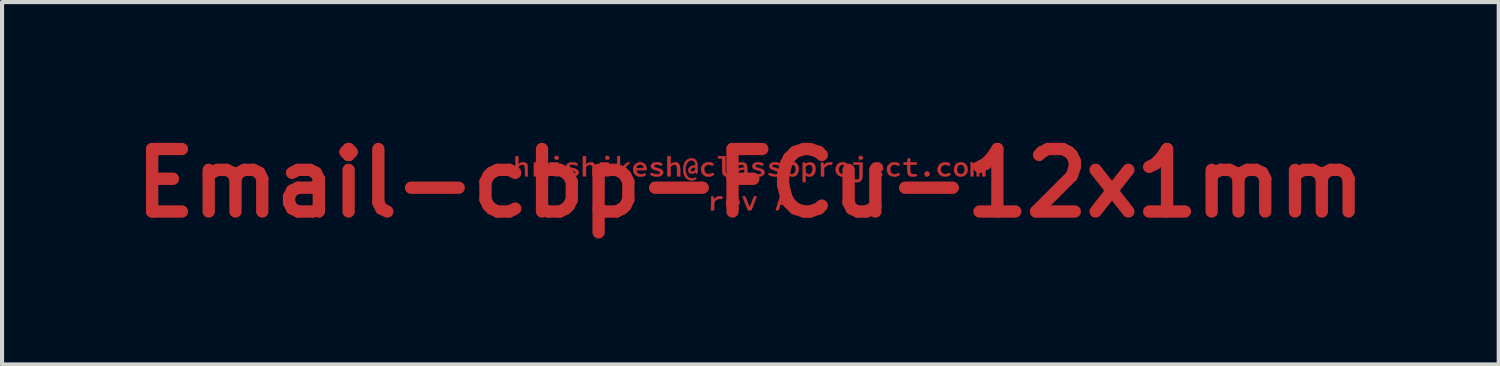
<source format=kicad_pcb>
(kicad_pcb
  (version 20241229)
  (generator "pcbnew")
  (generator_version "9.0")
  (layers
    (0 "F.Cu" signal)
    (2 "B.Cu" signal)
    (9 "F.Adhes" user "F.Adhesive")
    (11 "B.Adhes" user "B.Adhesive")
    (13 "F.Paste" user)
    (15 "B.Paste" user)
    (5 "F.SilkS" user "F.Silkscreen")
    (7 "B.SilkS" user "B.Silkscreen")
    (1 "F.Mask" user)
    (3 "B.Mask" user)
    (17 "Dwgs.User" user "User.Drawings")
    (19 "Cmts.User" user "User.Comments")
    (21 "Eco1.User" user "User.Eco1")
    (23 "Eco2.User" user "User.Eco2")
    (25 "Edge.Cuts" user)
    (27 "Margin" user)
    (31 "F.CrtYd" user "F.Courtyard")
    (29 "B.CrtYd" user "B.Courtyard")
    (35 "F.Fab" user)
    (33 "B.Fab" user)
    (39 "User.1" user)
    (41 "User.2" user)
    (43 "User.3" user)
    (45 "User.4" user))
  (footprint "Email-cbp-FCu-12x1mm"
    (layer "F.Cu")
    (at 15.247 1.418)
    (property "Reference" "Email-cbp-FCu-12x1mm" (at 0 0 0) (layer "F.Cu") (effects (font (size 1.524 1.524) (thickness 0.3))))
    (attr through_hole)
    (fp_poly (pts (xy -4.685 -0.169) (xy -4.75 -0.169) (xy -4.753 -0.308) (xy -4.755 -0.447) (xy -4.828 -0.45) (xy -4.901 -0.452) (xy -4.901 -0.508) (xy -4.685 -0.508) (xy -4.685 -0.169)) (stroke (width 0.01) (type solid)) (fill yes) (layer "F.Cu"))
    (fp_poly (pts (xy -3.558 -0.506) (xy -3.448 -0.503) (xy -3.445 -0.336) (xy -3.443 -0.169) (xy -3.518 -0.169) (xy -3.518 -0.452) (xy -3.669 -0.452) (xy -3.669 -0.509) (xy -3.558 -0.506)) (stroke (width 0.01) (type solid)) (fill yes) (layer "F.Cu"))
    (fp_poly (pts (xy -4.71 -0.666) (xy -4.688 -0.653) (xy -4.676 -0.631) (xy -4.675 -0.622) (xy -4.679 -0.599) (xy -4.687 -0.585) (xy -4.708 -0.575) (xy -4.735 -0.575) (xy -4.76 -0.585) (xy -4.764 -0.589) (xy -4.778 -0.613) (xy -4.773 -0.638) (xy -4.762 -0.652) (xy -4.736 -0.666) (xy -4.71 -0.666)) (stroke (width 0.01) (type solid)) (fill yes) (layer "F.Cu"))
    (fp_poly (pts (xy -3.472 -0.663) (xy -3.449 -0.646) (xy -3.444 -0.638) (xy -3.435 -0.619) (xy -3.438 -0.605) (xy -3.447 -0.593) (xy -3.47 -0.578) (xy -3.498 -0.574) (xy -3.522 -0.582) (xy -3.526 -0.585) (xy -3.535 -0.606) (xy -3.536 -0.632) (xy -3.527 -0.654) (xy -3.524 -0.658) (xy -3.5 -0.667) (xy -3.472 -0.663)) (stroke (width 0.01) (type solid)) (fill yes) (layer "F.Cu"))
    (fp_poly (pts (xy 2.708 -0.663) (xy 2.731 -0.646) (xy 2.737 -0.638) (xy 2.746 -0.619) (xy 2.743 -0.605) (xy 2.733 -0.593) (xy 2.71 -0.578) (xy 2.683 -0.574) (xy 2.659 -0.582) (xy 2.655 -0.585) (xy 2.645 -0.606) (xy 2.645 -0.632) (xy 2.653 -0.654) (xy 2.657 -0.658) (xy 2.681 -0.667) (xy 2.708 -0.663)) (stroke (width 0.01) (type solid)) (fill yes) (layer "F.Cu"))
    (fp_poly (pts (xy 4.345 -0.275) (xy 4.367 -0.247) (xy 4.371 -0.218) (xy 4.357 -0.189) (xy 4.352 -0.184) (xy 4.323 -0.164) (xy 4.294 -0.162) (xy 4.268 -0.179) (xy 4.262 -0.185) (xy 4.246 -0.215) (xy 4.247 -0.241) (xy 4.266 -0.269) (xy 4.266 -0.269) (xy 4.294 -0.288) (xy 4.321 -0.289) (xy 4.345 -0.275)) (stroke (width 0.01) (type solid)) (fill yes) (layer "F.Cu"))
    (fp_poly (pts (xy -3.18 -0.334) (xy -3.093 -0.421) (xy -3.056 -0.457) (xy -3.03 -0.481) (xy -3.01 -0.496) (xy -2.995 -0.504) (xy -2.98 -0.508) (xy -2.968 -0.508) (xy -2.931 -0.508) (xy -3.066 -0.372) (xy -2.991 -0.27) (xy -2.917 -0.169) (xy -2.956 -0.17) (xy -2.975 -0.17) (xy -2.989 -0.174) (xy -3.002 -0.184) (xy -3.018 -0.202) (xy -3.04 -0.231) (xy -3.053 -0.249) (xy -3.109 -0.328) (xy -3.144 -0.294) (xy -3.166 -0.271) (xy -3.176 -0.25) (xy -3.18 -0.224) (xy -3.18 -0.214) (xy -3.18 -0.169) (xy -3.246 -0.169) (xy -3.246 -0.659) (xy -3.18 -0.659) (xy -3.18 -0.334)) (stroke (width 0.01) (type solid)) (fill yes) (layer "F.Cu"))
    (fp_poly (pts (xy 1.969 -0.51) (xy 1.99 -0.505) (xy 1.998 -0.493) (xy 1.995 -0.474) (xy 1.995 -0.473) (xy 1.988 -0.456) (xy 1.976 -0.449) (xy 1.952 -0.449) (xy 1.951 -0.449) (xy 1.911 -0.449) (xy 1.879 -0.44) (xy 1.848 -0.42) (xy 1.834 -0.408) (xy 1.797 -0.374) (xy 1.797 -0.169) (xy 1.722 -0.169) (xy 1.722 -0.508) (xy 1.749 -0.508) (xy 1.771 -0.503) (xy 1.784 -0.487) (xy 1.787 -0.456) (xy 1.787 -0.453) (xy 1.788 -0.436) (xy 1.793 -0.436) (xy 1.802 -0.449) (xy 1.834 -0.481) (xy 1.879 -0.502) (xy 1.929 -0.511) (xy 1.932 -0.511) (xy 1.969 -0.51)) (stroke (width 0.01) (type solid)) (fill yes) (layer "F.Cu"))
    (fp_poly (pts (xy -5.049 -0.511) (xy -5.024 -0.505) (xy -5.011 -0.495) (xy -5.01 -0.491) (xy -5.012 -0.473) (xy -5.013 -0.46) (xy -5.016 -0.448) (xy -5.026 -0.444) (xy -5.048 -0.446) (xy -5.052 -0.447) (xy -5.103 -0.447) (xy -5.149 -0.428) (xy -5.183 -0.399) (xy -5.196 -0.384) (xy -5.204 -0.369) (xy -5.209 -0.352) (xy -5.211 -0.327) (xy -5.212 -0.29) (xy -5.212 -0.268) (xy -5.212 -0.169) (xy -5.278 -0.169) (xy -5.278 -0.508) (xy -5.249 -0.508) (xy -5.231 -0.507) (xy -5.223 -0.499) (xy -5.221 -0.479) (xy -5.221 -0.469) (xy -5.221 -0.431) (xy -5.184 -0.464) (xy -5.154 -0.486) (xy -5.122 -0.503) (xy -5.109 -0.508) (xy -5.079 -0.512) (xy -5.049 -0.511)) (stroke (width 0.01) (type solid)) (fill yes) (layer "F.Cu"))
    (fp_poly (pts (xy -0.721 0.317) (xy -0.697 0.323) (xy -0.684 0.332) (xy -0.683 0.337) (xy -0.684 0.355) (xy -0.685 0.368) (xy -0.688 0.38) (xy -0.698 0.384) (xy -0.721 0.382) (xy -0.724 0.381) (xy -0.775 0.381) (xy -0.821 0.399) (xy -0.856 0.429) (xy -0.868 0.444) (xy -0.877 0.458) (xy -0.881 0.476) (xy -0.884 0.5) (xy -0.884 0.538) (xy -0.884 0.56) (xy -0.884 0.659) (xy -0.96 0.659) (xy -0.957 0.492) (xy -0.955 0.325) (xy -0.924 0.322) (xy -0.905 0.321) (xy -0.896 0.327) (xy -0.894 0.344) (xy -0.894 0.358) (xy -0.894 0.397) (xy -0.857 0.364) (xy -0.827 0.342) (xy -0.795 0.325) (xy -0.782 0.32) (xy -0.751 0.315) (xy -0.721 0.317)) (stroke (width 0.01) (type solid)) (fill yes) (layer "F.Cu"))
    (fp_poly (pts (xy 2.622 -0.506) (xy 2.733 -0.503) (xy 2.733 -0.31) (xy 2.733 -0.244) (xy 2.732 -0.193) (xy 2.731 -0.155) (xy 2.728 -0.128) (xy 2.725 -0.109) (xy 2.72 -0.094) (xy 2.716 -0.087) (xy 2.688 -0.054) (xy 2.647 -0.033) (xy 2.597 -0.024) (xy 2.541 -0.029) (xy 2.512 -0.035) (xy 2.498 -0.041) (xy 2.495 -0.051) (xy 2.498 -0.068) (xy 2.498 -0.068) (xy 2.502 -0.08) (xy 2.51 -0.087) (xy 2.525 -0.089) (xy 2.553 -0.088) (xy 2.568 -0.087) (xy 2.598 -0.085) (xy 2.622 -0.087) (xy 2.638 -0.094) (xy 2.65 -0.108) (xy 2.657 -0.132) (xy 2.661 -0.169) (xy 2.662 -0.22) (xy 2.662 -0.287) (xy 2.662 -0.289) (xy 2.662 -0.452) (xy 2.512 -0.452) (xy 2.512 -0.509) (xy 2.622 -0.506)) (stroke (width 0.01) (type solid)) (fill yes) (layer "F.Cu"))
    (fp_poly (pts (xy 0.921 0.433) (xy 0.996 0.66) (xy 0.957 0.657) (xy 0.918 0.654) (xy 0.88 0.532) (xy 0.727 0.526) (xy 0.709 0.59) (xy 0.699 0.623) (xy 0.691 0.643) (xy 0.681 0.652) (xy 0.667 0.656) (xy 0.656 0.657) (xy 0.633 0.657) (xy 0.621 0.655) (xy 0.621 0.654) (xy 0.624 0.643) (xy 0.631 0.618) (xy 0.644 0.579) (xy 0.659 0.53) (xy 0.677 0.473) (xy 0.678 0.47) (xy 0.746 0.47) (xy 0.864 0.47) (xy 0.836 0.379) (xy 0.824 0.339) (xy 0.815 0.307) (xy 0.808 0.285) (xy 0.806 0.278) (xy 0.803 0.283) (xy 0.795 0.303) (xy 0.785 0.335) (xy 0.774 0.37) (xy 0.746 0.47) (xy 0.678 0.47) (xy 0.692 0.427) (xy 0.764 0.207) (xy 0.845 0.207) (xy 0.921 0.433)) (stroke (width 0.01) (type solid)) (fill yes) (layer "F.Cu"))
    (fp_poly (pts (xy -5.694 -0.657) (xy -5.659 -0.654) (xy -5.66 -0.557) (xy -5.659 -0.517) (xy -5.658 -0.485) (xy -5.656 -0.466) (xy -5.654 -0.461) (xy -5.643 -0.467) (xy -5.63 -0.48) (xy -5.599 -0.502) (xy -5.56 -0.512) (xy -5.519 -0.511) (xy -5.481 -0.498) (xy -5.452 -0.475) (xy -5.446 -0.468) (xy -5.439 -0.453) (xy -5.434 -0.436) (xy -5.431 -0.413) (xy -5.429 -0.379) (xy -5.428 -0.333) (xy -5.428 -0.303) (xy -5.428 -0.169) (xy -5.494 -0.169) (xy -5.494 -0.283) (xy -5.495 -0.342) (xy -5.498 -0.385) (xy -5.505 -0.414) (xy -5.515 -0.434) (xy -5.526 -0.444) (xy -5.551 -0.451) (xy -5.583 -0.448) (xy -5.616 -0.435) (xy -5.623 -0.43) (xy -5.654 -0.409) (xy -5.654 -0.289) (xy -5.654 -0.169) (xy -5.729 -0.169) (xy -5.729 -0.66) (xy -5.694 -0.657)) (stroke (width 0.01) (type solid)) (fill yes) (layer "F.Cu"))
    (fp_poly (pts (xy -4.009 -0.56) (xy -4.01 -0.519) (xy -4.01 -0.487) (xy -4.01 -0.466) (xy -4.009 -0.461) (xy -4 -0.466) (xy -3.983 -0.479) (xy -3.982 -0.48) (xy -3.938 -0.504) (xy -3.89 -0.512) (xy -3.851 -0.506) (xy -3.824 -0.493) (xy -3.805 -0.472) (xy -3.794 -0.452) (xy -3.785 -0.432) (xy -3.779 -0.412) (xy -3.775 -0.387) (xy -3.773 -0.352) (xy -3.772 -0.305) (xy -3.772 -0.29) (xy -3.772 -0.169) (xy -3.848 -0.169) (xy -3.848 -0.292) (xy -3.848 -0.343) (xy -3.849 -0.378) (xy -3.851 -0.402) (xy -3.856 -0.417) (xy -3.862 -0.428) (xy -3.866 -0.433) (xy -3.895 -0.449) (xy -3.929 -0.45) (xy -3.964 -0.437) (xy -3.979 -0.427) (xy -4.008 -0.403) (xy -4.008 -0.169) (xy -4.083 -0.169) (xy -4.083 -0.659) (xy -4.006 -0.659) (xy -4.009 -0.56)) (stroke (width 0.01) (type solid)) (fill yes) (layer "F.Cu"))
    (fp_poly (pts (xy -1.949 -0.56) (xy -1.95 -0.519) (xy -1.95 -0.487) (xy -1.95 -0.466) (xy -1.949 -0.461) (xy -1.94 -0.466) (xy -1.923 -0.479) (xy -1.922 -0.48) (xy -1.878 -0.504) (xy -1.83 -0.512) (xy -1.791 -0.506) (xy -1.764 -0.493) (xy -1.745 -0.472) (xy -1.733 -0.452) (xy -1.724 -0.432) (xy -1.718 -0.412) (xy -1.715 -0.387) (xy -1.713 -0.352) (xy -1.712 -0.305) (xy -1.712 -0.29) (xy -1.712 -0.169) (xy -1.787 -0.169) (xy -1.787 -0.292) (xy -1.788 -0.343) (xy -1.789 -0.378) (xy -1.791 -0.402) (xy -1.795 -0.417) (xy -1.802 -0.428) (xy -1.806 -0.433) (xy -1.835 -0.449) (xy -1.869 -0.45) (xy -1.904 -0.437) (xy -1.918 -0.427) (xy -1.947 -0.403) (xy -1.947 -0.169) (xy -2.023 -0.169) (xy -2.023 -0.659) (xy -1.946 -0.659) (xy -1.949 -0.56)) (stroke (width 0.01) (type solid)) (fill yes) (layer "F.Cu"))
    (fp_poly (pts (xy -0.611 -0.456) (xy -0.611 -0.389) (xy -0.611 -0.339) (xy -0.61 -0.302) (xy -0.608 -0.276) (xy -0.605 -0.258) (xy -0.601 -0.247) (xy -0.596 -0.239) (xy -0.592 -0.235) (xy -0.576 -0.223) (xy -0.557 -0.219) (xy -0.531 -0.222) (xy -0.505 -0.225) (xy -0.491 -0.222) (xy -0.483 -0.211) (xy -0.481 -0.206) (xy -0.477 -0.188) (xy -0.487 -0.177) (xy -0.497 -0.172) (xy -0.53 -0.164) (xy -0.572 -0.162) (xy -0.607 -0.167) (xy -0.637 -0.183) (xy -0.663 -0.212) (xy -0.677 -0.244) (xy -0.68 -0.264) (xy -0.683 -0.3) (xy -0.685 -0.346) (xy -0.686 -0.4) (xy -0.687 -0.44) (xy -0.687 -0.602) (xy -0.738 -0.602) (xy -0.768 -0.603) (xy -0.783 -0.606) (xy -0.789 -0.614) (xy -0.79 -0.63) (xy -0.79 -0.659) (xy -0.611 -0.659) (xy -0.611 -0.456)) (stroke (width 0.01) (type solid)) (fill yes) (layer "F.Cu"))
    (fp_poly (pts (xy -0.141 0.322) (xy -0.124 0.33) (xy -0.118 0.336) (xy -0.112 0.351) (xy -0.101 0.379) (xy -0.087 0.418) (xy -0.07 0.461) (xy -0.069 0.466) (xy -0.052 0.509) (xy -0.037 0.545) (xy -0.026 0.572) (xy -0.02 0.585) (xy -0.019 0.586) (xy -0.014 0.58) (xy -0.004 0.559) (xy 0.01 0.526) (xy 0.027 0.484) (xy 0.038 0.456) (xy 0.089 0.32) (xy 0.12 0.32) (xy 0.141 0.322) (xy 0.151 0.326) (xy 0.151 0.327) (xy 0.148 0.338) (xy 0.139 0.363) (xy 0.125 0.4) (xy 0.107 0.445) (xy 0.087 0.496) (xy 0.024 0.658) (xy -0.016 0.658) (xy -0.041 0.657) (xy -0.057 0.653) (xy -0.06 0.651) (xy -0.066 0.638) (xy -0.077 0.612) (xy -0.092 0.576) (xy -0.109 0.532) (xy -0.128 0.486) (xy -0.146 0.441) (xy -0.163 0.398) (xy -0.176 0.364) (xy -0.185 0.339) (xy -0.188 0.329) (xy -0.181 0.321) (xy -0.162 0.319) (xy -0.141 0.322)) (stroke (width 0.01) (type solid)) (fill yes) (layer "F.Cu"))
    (fp_poly (pts (xy 4.813 -0.504) (xy 4.838 -0.495) (xy 4.863 -0.48) (xy 4.871 -0.465) (xy 4.865 -0.447) (xy 4.859 -0.438) (xy 4.848 -0.427) (xy 4.837 -0.427) (xy 4.822 -0.436) (xy 4.789 -0.448) (xy 4.749 -0.451) (xy 4.709 -0.445) (xy 4.685 -0.433) (xy 4.656 -0.402) (xy 4.641 -0.364) (xy 4.639 -0.324) (xy 4.651 -0.285) (xy 4.674 -0.252) (xy 4.709 -0.23) (xy 4.721 -0.226) (xy 4.768 -0.222) (xy 4.814 -0.233) (xy 4.833 -0.243) (xy 4.85 -0.251) (xy 4.861 -0.247) (xy 4.868 -0.239) (xy 4.878 -0.221) (xy 4.874 -0.206) (xy 4.855 -0.19) (xy 4.847 -0.185) (xy 4.811 -0.172) (xy 4.766 -0.165) (xy 4.718 -0.165) (xy 4.682 -0.171) (xy 4.645 -0.189) (xy 4.609 -0.22) (xy 4.582 -0.257) (xy 4.571 -0.28) (xy 4.564 -0.331) (xy 4.572 -0.384) (xy 4.595 -0.432) (xy 4.63 -0.471) (xy 4.659 -0.49) (xy 4.708 -0.507) (xy 4.762 -0.511) (xy 4.813 -0.504)) (stroke (width 0.01) (type solid)) (fill yes) (layer "F.Cu"))
    (fp_poly (pts (xy -0.949 -0.502) (xy -0.911 -0.481) (xy -0.896 -0.467) (xy -0.896 -0.457) (xy -0.907 -0.443) (xy -0.921 -0.431) (xy -0.934 -0.43) (xy -0.951 -0.438) (xy -0.977 -0.446) (xy -1.01 -0.451) (xy -1.021 -0.452) (xy -1.052 -0.449) (xy -1.074 -0.44) (xy -1.097 -0.42) (xy -1.117 -0.396) (xy -1.127 -0.373) (xy -1.129 -0.343) (xy -1.122 -0.296) (xy -1.103 -0.258) (xy -1.076 -0.234) (xy -1.042 -0.225) (xy -1.001 -0.224) (xy -0.961 -0.232) (xy -0.942 -0.239) (xy -0.921 -0.249) (xy -0.909 -0.25) (xy -0.9 -0.241) (xy -0.898 -0.238) (xy -0.887 -0.222) (xy -0.888 -0.21) (xy -0.902 -0.198) (xy -0.917 -0.188) (xy -0.952 -0.174) (xy -0.997 -0.165) (xy -1.042 -0.163) (xy -1.081 -0.168) (xy -1.084 -0.169) (xy -1.131 -0.193) (xy -1.168 -0.23) (xy -1.193 -0.276) (xy -1.203 -0.327) (xy -1.199 -0.379) (xy -1.186 -0.413) (xy -1.153 -0.46) (xy -1.108 -0.492) (xy -1.059 -0.508) (xy -1.001 -0.513) (xy -0.949 -0.502)) (stroke (width 0.01) (type solid)) (fill yes) (layer "F.Cu"))
    (fp_poly (pts (xy 2.302 -0.505) (xy 2.336 -0.49) (xy 2.37 -0.459) (xy 2.397 -0.416) (xy 2.413 -0.367) (xy 2.416 -0.32) (xy 2.402 -0.266) (xy 2.375 -0.222) (xy 2.338 -0.188) (xy 2.292 -0.167) (xy 2.242 -0.161) (xy 2.191 -0.172) (xy 2.183 -0.175) (xy 2.142 -0.198) (xy 2.113 -0.228) (xy 2.097 -0.256) (xy 2.081 -0.306) (xy 2.081 -0.331) (xy 2.154 -0.331) (xy 2.161 -0.285) (xy 2.182 -0.249) (xy 2.213 -0.226) (xy 2.214 -0.225) (xy 2.242 -0.221) (xy 2.275 -0.225) (xy 2.301 -0.236) (xy 2.303 -0.238) (xy 2.325 -0.267) (xy 2.338 -0.306) (xy 2.342 -0.35) (xy 2.334 -0.391) (xy 2.328 -0.405) (xy 2.305 -0.435) (xy 2.273 -0.449) (xy 2.248 -0.452) (xy 2.208 -0.444) (xy 2.179 -0.421) (xy 2.161 -0.384) (xy 2.154 -0.332) (xy 2.154 -0.331) (xy 2.081 -0.331) (xy 2.081 -0.359) (xy 2.095 -0.41) (xy 2.122 -0.456) (xy 2.156 -0.487) (xy 2.201 -0.506) (xy 2.251 -0.512) (xy 2.302 -0.505)) (stroke (width 0.01) (type solid)) (fill yes) (layer "F.Cu"))
    (fp_poly (pts (xy 3.549 -0.509) (xy 3.588 -0.501) (xy 3.6 -0.496) (xy 3.627 -0.479) (xy 3.637 -0.464) (xy 3.632 -0.449) (xy 3.626 -0.442) (xy 3.613 -0.43) (xy 3.6 -0.43) (xy 3.584 -0.438) (xy 3.557 -0.446) (xy 3.524 -0.451) (xy 3.513 -0.452) (xy 3.483 -0.449) (xy 3.46 -0.44) (xy 3.437 -0.42) (xy 3.417 -0.396) (xy 3.408 -0.374) (xy 3.406 -0.344) (xy 3.406 -0.342) (xy 3.413 -0.292) (xy 3.434 -0.255) (xy 3.465 -0.23) (xy 3.506 -0.22) (xy 3.554 -0.225) (xy 3.595 -0.241) (xy 3.614 -0.249) (xy 3.626 -0.244) (xy 3.636 -0.233) (xy 3.645 -0.217) (xy 3.641 -0.205) (xy 3.63 -0.196) (xy 3.584 -0.173) (xy 3.53 -0.162) (xy 3.474 -0.165) (xy 3.44 -0.174) (xy 3.398 -0.195) (xy 3.366 -0.226) (xy 3.348 -0.256) (xy 3.336 -0.291) (xy 3.331 -0.333) (xy 3.332 -0.374) (xy 3.34 -0.406) (xy 3.341 -0.407) (xy 3.365 -0.442) (xy 3.397 -0.474) (xy 3.428 -0.496) (xy 3.462 -0.506) (xy 3.505 -0.51) (xy 3.549 -0.509)) (stroke (width 0.01) (type solid)) (fill yes) (layer "F.Cu"))
    (fp_poly (pts (xy 3.883 -0.611) (xy 3.891 -0.605) (xy 3.894 -0.589) (xy 3.895 -0.56) (xy 3.895 -0.508) (xy 4.055 -0.508) (xy 4.055 -0.452) (xy 3.895 -0.452) (xy 3.895 -0.359) (xy 3.896 -0.305) (xy 3.901 -0.267) (xy 3.911 -0.243) (xy 3.929 -0.229) (xy 3.956 -0.223) (xy 3.99 -0.222) (xy 4.029 -0.22) (xy 4.051 -0.214) (xy 4.062 -0.202) (xy 4.064 -0.191) (xy 4.055 -0.18) (xy 4.033 -0.171) (xy 4.003 -0.165) (xy 3.969 -0.161) (xy 3.936 -0.162) (xy 3.913 -0.166) (xy 3.88 -0.18) (xy 3.857 -0.197) (xy 3.841 -0.222) (xy 3.831 -0.257) (xy 3.827 -0.306) (xy 3.825 -0.347) (xy 3.824 -0.447) (xy 3.779 -0.45) (xy 3.752 -0.452) (xy 3.739 -0.458) (xy 3.735 -0.469) (xy 3.735 -0.48) (xy 3.736 -0.497) (xy 3.742 -0.505) (xy 3.759 -0.508) (xy 3.782 -0.508) (xy 3.81 -0.509) (xy 3.824 -0.512) (xy 3.828 -0.523) (xy 3.829 -0.539) (xy 3.831 -0.577) (xy 3.839 -0.6) (xy 3.854 -0.61) (xy 3.868 -0.611) (xy 3.883 -0.611)) (stroke (width 0.01) (type solid)) (fill yes) (layer "F.Cu"))
    (fp_poly (pts (xy 5.187 -0.502) (xy 5.234 -0.478) (xy 5.27 -0.439) (xy 5.293 -0.388) (xy 5.294 -0.386) (xy 5.3 -0.328) (xy 5.291 -0.275) (xy 5.267 -0.23) (xy 5.232 -0.195) (xy 5.188 -0.171) (xy 5.136 -0.162) (xy 5.078 -0.169) (xy 5.074 -0.17) (xy 5.032 -0.191) (xy 4.999 -0.227) (xy 4.976 -0.272) (xy 4.967 -0.31) (xy 5.038 -0.31) (xy 5.051 -0.266) (xy 5.053 -0.26) (xy 5.076 -0.237) (xy 5.108 -0.224) (xy 5.146 -0.224) (xy 5.183 -0.236) (xy 5.19 -0.24) (xy 5.207 -0.259) (xy 5.221 -0.29) (xy 5.229 -0.324) (xy 5.23 -0.341) (xy 5.226 -0.367) (xy 5.213 -0.398) (xy 5.198 -0.425) (xy 5.186 -0.439) (xy 5.159 -0.449) (xy 5.125 -0.451) (xy 5.092 -0.444) (xy 5.073 -0.433) (xy 5.05 -0.4) (xy 5.038 -0.357) (xy 5.038 -0.31) (xy 4.967 -0.31) (xy 4.965 -0.323) (xy 4.968 -0.376) (xy 4.97 -0.386) (xy 4.992 -0.437) (xy 5.028 -0.476) (xy 5.074 -0.501) (xy 5.129 -0.511) (xy 5.132 -0.511) (xy 5.187 -0.502)) (stroke (width 0.01) (type solid)) (fill yes) (layer "F.Cu"))
    (fp_poly (pts (xy 0.931 -0.471) (xy 0.966 -0.491) (xy 1.007 -0.507) (xy 1.052 -0.511) (xy 1.094 -0.504) (xy 1.113 -0.494) (xy 1.145 -0.463) (xy 1.166 -0.42) (xy 1.177 -0.37) (xy 1.176 -0.318) (xy 1.165 -0.268) (xy 1.144 -0.223) (xy 1.111 -0.189) (xy 1.109 -0.188) (xy 1.066 -0.167) (xy 1.018 -0.163) (xy 0.973 -0.175) (xy 0.967 -0.178) (xy 0.941 -0.192) (xy 0.928 -0.196) (xy 0.923 -0.193) (xy 0.922 -0.183) (xy 0.914 -0.172) (xy 0.894 -0.169) (xy 0.865 -0.169) (xy 0.865 -0.336) (xy 0.931 -0.336) (xy 0.931 -0.335) (xy 0.932 -0.292) (xy 0.936 -0.263) (xy 0.946 -0.245) (xy 0.962 -0.234) (xy 0.985 -0.226) (xy 1.005 -0.22) (xy 1.014 -0.217) (xy 1.023 -0.22) (xy 1.043 -0.228) (xy 1.048 -0.23) (xy 1.077 -0.251) (xy 1.097 -0.284) (xy 1.107 -0.325) (xy 1.106 -0.368) (xy 1.093 -0.408) (xy 1.084 -0.423) (xy 1.058 -0.443) (xy 1.024 -0.45) (xy 0.986 -0.444) (xy 0.962 -0.433) (xy 0.947 -0.423) (xy 0.938 -0.413) (xy 0.933 -0.399) (xy 0.932 -0.374) (xy 0.931 -0.336) (xy 0.865 -0.336) (xy 0.865 -0.659) (xy 0.931 -0.659) (xy 0.931 -0.471)) (stroke (width 0.01) (type solid)) (fill yes) (layer "F.Cu"))
    (fp_poly (pts (xy 5.679 -0.506) (xy 5.704 -0.485) (xy 5.717 -0.461) (xy 5.721 -0.438) (xy 5.725 -0.401) (xy 5.728 -0.353) (xy 5.729 -0.299) (xy 5.729 -0.299) (xy 5.729 -0.169) (xy 5.654 -0.169) (xy 5.652 -0.308) (xy 5.651 -0.362) (xy 5.649 -0.4) (xy 5.647 -0.424) (xy 5.644 -0.439) (xy 5.639 -0.446) (xy 5.632 -0.449) (xy 5.629 -0.45) (xy 5.61 -0.449) (xy 5.597 -0.438) (xy 5.587 -0.416) (xy 5.582 -0.38) (xy 5.579 -0.329) (xy 5.579 -0.29) (xy 5.579 -0.169) (xy 5.522 -0.169) (xy 5.522 -0.286) (xy 5.521 -0.348) (xy 5.518 -0.394) (xy 5.513 -0.425) (xy 5.504 -0.443) (xy 5.492 -0.451) (xy 5.485 -0.452) (xy 5.467 -0.446) (xy 5.453 -0.428) (xy 5.444 -0.397) (xy 5.439 -0.35) (xy 5.437 -0.287) (xy 5.437 -0.283) (xy 5.437 -0.169) (xy 5.372 -0.169) (xy 5.372 -0.508) (xy 5.4 -0.508) (xy 5.42 -0.505) (xy 5.428 -0.494) (xy 5.428 -0.488) (xy 5.428 -0.467) (xy 5.449 -0.487) (xy 5.482 -0.509) (xy 5.512 -0.513) (xy 5.541 -0.499) (xy 5.549 -0.492) (xy 5.576 -0.465) (xy 5.591 -0.486) (xy 5.617 -0.507) (xy 5.648 -0.514) (xy 5.679 -0.506)) (stroke (width 0.01) (type solid)) (fill yes) (layer "F.Cu"))
    (fp_poly (pts (xy 1.502 -0.503) (xy 1.51 -0.5) (xy 1.541 -0.482) (xy 1.561 -0.459) (xy 1.571 -0.44) (xy 1.586 -0.389) (xy 1.59 -0.334) (xy 1.581 -0.281) (xy 1.562 -0.233) (xy 1.534 -0.196) (xy 1.524 -0.188) (xy 1.482 -0.168) (xy 1.434 -0.163) (xy 1.389 -0.173) (xy 1.381 -0.177) (xy 1.345 -0.196) (xy 1.345 -0.028) (xy 1.279 -0.028) (xy 1.279 -0.336) (xy 1.345 -0.336) (xy 1.345 -0.335) (xy 1.346 -0.292) (xy 1.35 -0.263) (xy 1.36 -0.245) (xy 1.376 -0.234) (xy 1.399 -0.226) (xy 1.418 -0.22) (xy 1.426 -0.217) (xy 1.435 -0.219) (xy 1.454 -0.226) (xy 1.457 -0.227) (xy 1.488 -0.247) (xy 1.508 -0.282) (xy 1.517 -0.33) (xy 1.518 -0.346) (xy 1.512 -0.394) (xy 1.495 -0.427) (xy 1.467 -0.445) (xy 1.443 -0.449) (xy 1.398 -0.444) (xy 1.376 -0.433) (xy 1.361 -0.423) (xy 1.352 -0.413) (xy 1.347 -0.399) (xy 1.346 -0.374) (xy 1.345 -0.336) (xy 1.279 -0.336) (xy 1.279 -0.508) (xy 1.308 -0.508) (xy 1.328 -0.505) (xy 1.336 -0.494) (xy 1.336 -0.489) (xy 1.337 -0.476) (xy 1.342 -0.472) (xy 1.357 -0.478) (xy 1.375 -0.488) (xy 1.42 -0.508) (xy 1.46 -0.513) (xy 1.502 -0.503)) (stroke (width 0.01) (type solid)) (fill yes) (layer "F.Cu"))
    (fp_poly (pts (xy -4.295 -0.508) (xy -4.252 -0.497) (xy -4.224 -0.481) (xy -4.211 -0.468) (xy -4.212 -0.456) (xy -4.219 -0.445) (xy -4.231 -0.432) (xy -4.244 -0.431) (xy -4.259 -0.437) (xy -4.299 -0.452) (xy -4.338 -0.458) (xy -4.373 -0.455) (xy -4.398 -0.445) (xy -4.411 -0.427) (xy -4.412 -0.42) (xy -4.409 -0.405) (xy -4.397 -0.393) (xy -4.373 -0.382) (xy -4.335 -0.371) (xy -4.313 -0.366) (xy -4.256 -0.348) (xy -4.217 -0.325) (xy -4.194 -0.297) (xy -4.186 -0.262) (xy -4.195 -0.228) (xy -4.219 -0.2) (xy -4.254 -0.179) (xy -4.299 -0.165) (xy -4.349 -0.161) (xy -4.401 -0.167) (xy -4.431 -0.176) (xy -4.46 -0.187) (xy -4.484 -0.198) (xy -4.49 -0.202) (xy -4.501 -0.212) (xy -4.5 -0.221) (xy -4.489 -0.235) (xy -4.477 -0.248) (xy -4.466 -0.251) (xy -4.448 -0.244) (xy -4.441 -0.24) (xy -4.409 -0.228) (xy -4.37 -0.221) (xy -4.33 -0.218) (xy -4.297 -0.22) (xy -4.282 -0.225) (xy -4.265 -0.244) (xy -4.262 -0.26) (xy -4.266 -0.276) (xy -4.28 -0.289) (xy -4.306 -0.301) (xy -4.348 -0.314) (xy -4.374 -0.32) (xy -4.417 -0.335) (xy -4.452 -0.358) (xy -4.477 -0.386) (xy -4.487 -0.414) (xy -4.487 -0.417) (xy -4.478 -0.449) (xy -4.454 -0.478) (xy -4.418 -0.499) (xy -4.39 -0.508) (xy -4.343 -0.512) (xy -4.295 -0.508)) (stroke (width 0.01) (type solid)) (fill yes) (layer "F.Cu"))
    (fp_poly (pts (xy -2.235 -0.508) (xy -2.192 -0.497) (xy -2.164 -0.481) (xy -2.151 -0.468) (xy -2.152 -0.456) (xy -2.159 -0.445) (xy -2.171 -0.432) (xy -2.184 -0.431) (xy -2.199 -0.437) (xy -2.239 -0.452) (xy -2.278 -0.458) (xy -2.312 -0.455) (xy -2.338 -0.445) (xy -2.351 -0.427) (xy -2.352 -0.42) (xy -2.348 -0.405) (xy -2.336 -0.393) (xy -2.313 -0.382) (xy -2.274 -0.371) (xy -2.253 -0.366) (xy -2.196 -0.348) (xy -2.156 -0.325) (xy -2.133 -0.297) (xy -2.126 -0.262) (xy -2.135 -0.228) (xy -2.158 -0.2) (xy -2.194 -0.179) (xy -2.238 -0.165) (xy -2.288 -0.161) (xy -2.341 -0.167) (xy -2.371 -0.176) (xy -2.4 -0.187) (xy -2.424 -0.198) (xy -2.43 -0.202) (xy -2.441 -0.212) (xy -2.439 -0.221) (xy -2.429 -0.235) (xy -2.417 -0.248) (xy -2.406 -0.251) (xy -2.388 -0.244) (xy -2.38 -0.24) (xy -2.349 -0.228) (xy -2.309 -0.221) (xy -2.27 -0.218) (xy -2.237 -0.22) (xy -2.222 -0.225) (xy -2.204 -0.244) (xy -2.201 -0.26) (xy -2.205 -0.276) (xy -2.22 -0.289) (xy -2.246 -0.301) (xy -2.288 -0.314) (xy -2.314 -0.32) (xy -2.356 -0.335) (xy -2.392 -0.358) (xy -2.417 -0.386) (xy -2.427 -0.414) (xy -2.427 -0.417) (xy -2.418 -0.449) (xy -2.394 -0.478) (xy -2.358 -0.499) (xy -2.33 -0.508) (xy -2.283 -0.512) (xy -2.235 -0.508)) (stroke (width 0.01) (type solid)) (fill yes) (layer "F.Cu"))
    (fp_poly (pts (xy 0.673 -0.501) (xy 0.7 -0.491) (xy 0.747 -0.47) (xy 0.727 -0.45) (xy 0.709 -0.436) (xy 0.693 -0.436) (xy 0.683 -0.44) (xy 0.659 -0.448) (xy 0.627 -0.455) (xy 0.614 -0.457) (xy 0.583 -0.459) (xy 0.562 -0.455) (xy 0.545 -0.444) (xy 0.531 -0.427) (xy 0.53 -0.412) (xy 0.545 -0.398) (xy 0.576 -0.383) (xy 0.625 -0.368) (xy 0.629 -0.366) (xy 0.669 -0.354) (xy 0.703 -0.341) (xy 0.727 -0.329) (xy 0.733 -0.325) (xy 0.753 -0.296) (xy 0.758 -0.262) (xy 0.748 -0.227) (xy 0.726 -0.198) (xy 0.705 -0.183) (xy 0.67 -0.172) (xy 0.625 -0.165) (xy 0.578 -0.164) (xy 0.535 -0.169) (xy 0.522 -0.172) (xy 0.484 -0.187) (xy 0.456 -0.201) (xy 0.443 -0.212) (xy 0.442 -0.215) (xy 0.447 -0.228) (xy 0.454 -0.238) (xy 0.462 -0.247) (xy 0.472 -0.249) (xy 0.491 -0.244) (xy 0.515 -0.235) (xy 0.568 -0.22) (xy 0.615 -0.217) (xy 0.653 -0.225) (xy 0.669 -0.235) (xy 0.683 -0.251) (xy 0.683 -0.266) (xy 0.668 -0.28) (xy 0.637 -0.296) (xy 0.588 -0.315) (xy 0.583 -0.316) (xy 0.531 -0.336) (xy 0.496 -0.354) (xy 0.474 -0.374) (xy 0.463 -0.397) (xy 0.461 -0.417) (xy 0.47 -0.453) (xy 0.493 -0.481) (xy 0.528 -0.5) (xy 0.572 -0.511) (xy 0.621 -0.511) (xy 0.673 -0.501)) (stroke (width 0.01) (type solid)) (fill yes) (layer "F.Cu"))
    (fp_poly (pts (xy 3.123 -0.508) (xy 3.157 -0.499) (xy 3.168 -0.493) (xy 3.205 -0.457) (xy 3.226 -0.416) (xy 3.234 -0.372) (xy 3.238 -0.32) (xy 3.11 -0.32) (xy 3.059 -0.32) (xy 3.023 -0.319) (xy 3.001 -0.317) (xy 2.988 -0.314) (xy 2.983 -0.309) (xy 2.982 -0.303) (xy 2.991 -0.272) (xy 3.014 -0.246) (xy 3.047 -0.228) (xy 3.088 -0.219) (xy 3.131 -0.22) (xy 3.166 -0.23) (xy 3.188 -0.238) (xy 3.2 -0.237) (xy 3.211 -0.226) (xy 3.212 -0.224) (xy 3.221 -0.208) (xy 3.217 -0.198) (xy 3.21 -0.192) (xy 3.171 -0.174) (xy 3.122 -0.164) (xy 3.07 -0.163) (xy 3.023 -0.17) (xy 2.99 -0.187) (xy 2.957 -0.216) (xy 2.93 -0.251) (xy 2.92 -0.27) (xy 2.908 -0.321) (xy 2.912 -0.374) (xy 2.915 -0.38) (xy 2.983 -0.38) (xy 2.991 -0.373) (xy 3.014 -0.368) (xy 3.052 -0.367) (xy 3.076 -0.367) (xy 3.119 -0.367) (xy 3.147 -0.369) (xy 3.162 -0.371) (xy 3.169 -0.377) (xy 3.17 -0.384) (xy 3.162 -0.41) (xy 3.142 -0.435) (xy 3.114 -0.452) (xy 3.104 -0.455) (xy 3.067 -0.454) (xy 3.03 -0.44) (xy 3 -0.417) (xy 2.997 -0.413) (xy 2.985 -0.393) (xy 2.983 -0.38) (xy 2.915 -0.38) (xy 2.932 -0.424) (xy 2.965 -0.466) (xy 3.006 -0.496) (xy 3.04 -0.507) (xy 3.081 -0.511) (xy 3.123 -0.508)) (stroke (width 0.01) (type solid)) (fill yes) (layer "F.Cu"))
    (fp_poly (pts (xy -2.632 -0.502) (xy -2.588 -0.479) (xy -2.554 -0.443) (xy -2.535 -0.397) (xy -2.531 -0.36) (xy -2.531 -0.32) (xy -2.658 -0.32) (xy -2.709 -0.32) (xy -2.744 -0.319) (xy -2.767 -0.317) (xy -2.779 -0.314) (xy -2.784 -0.308) (xy -2.785 -0.303) (xy -2.776 -0.276) (xy -2.755 -0.25) (xy -2.728 -0.23) (xy -2.684 -0.218) (xy -2.633 -0.221) (xy -2.603 -0.23) (xy -2.58 -0.237) (xy -2.568 -0.236) (xy -2.559 -0.226) (xy -2.557 -0.223) (xy -2.552 -0.206) (xy -2.563 -0.192) (xy -2.564 -0.191) (xy -2.605 -0.172) (xy -2.655 -0.162) (xy -2.708 -0.164) (xy -2.75 -0.174) (xy -2.787 -0.191) (xy -2.815 -0.216) (xy -2.838 -0.252) (xy -2.842 -0.261) (xy -2.858 -0.314) (xy -2.858 -0.366) (xy -2.852 -0.385) (xy -2.785 -0.385) (xy -2.779 -0.375) (xy -2.759 -0.369) (xy -2.723 -0.367) (xy -2.691 -0.367) (xy -2.648 -0.367) (xy -2.62 -0.368) (xy -2.605 -0.371) (xy -2.598 -0.377) (xy -2.596 -0.385) (xy -2.596 -0.385) (xy -2.602 -0.404) (xy -2.617 -0.427) (xy -2.618 -0.429) (xy -2.636 -0.446) (xy -2.657 -0.453) (xy -2.686 -0.455) (xy -2.716 -0.453) (xy -2.737 -0.444) (xy -2.757 -0.426) (xy -2.758 -0.425) (xy -2.777 -0.401) (xy -2.785 -0.385) (xy -2.852 -0.385) (xy -2.842 -0.414) (xy -2.814 -0.456) (xy -2.774 -0.487) (xy -2.725 -0.506) (xy -2.685 -0.511) (xy -2.632 -0.502)) (stroke (width 0.01) (type solid)) (fill yes) (layer "F.Cu"))
    (fp_poly (pts (xy -0.352 0.328) (xy -0.336 0.336) (xy -0.308 0.361) (xy -0.284 0.398) (xy -0.268 0.44) (xy -0.263 0.472) (xy -0.263 0.508) (xy -0.39 0.508) (xy -0.441 0.508) (xy -0.477 0.509) (xy -0.499 0.511) (xy -0.511 0.514) (xy -0.516 0.519) (xy -0.517 0.526) (xy -0.517 0.527) (xy -0.511 0.545) (xy -0.496 0.568) (xy -0.491 0.575) (xy -0.457 0.599) (xy -0.413 0.61) (xy -0.363 0.606) (xy -0.341 0.599) (xy -0.316 0.591) (xy -0.302 0.591) (xy -0.294 0.598) (xy -0.29 0.605) (xy -0.285 0.622) (xy -0.295 0.635) (xy -0.297 0.637) (xy -0.337 0.656) (xy -0.387 0.666) (xy -0.44 0.664) (xy -0.482 0.654) (xy -0.514 0.641) (xy -0.537 0.624) (xy -0.557 0.599) (xy -0.571 0.577) (xy -0.589 0.528) (xy -0.592 0.476) (xy -0.585 0.444) (xy -0.518 0.444) (xy -0.511 0.454) (xy -0.49 0.459) (xy -0.454 0.461) (xy -0.423 0.461) (xy -0.377 0.46) (xy -0.348 0.458) (xy -0.332 0.454) (xy -0.329 0.449) (xy -0.334 0.434) (xy -0.345 0.411) (xy -0.347 0.408) (xy -0.373 0.383) (xy -0.406 0.371) (xy -0.442 0.373) (xy -0.476 0.39) (xy -0.494 0.406) (xy -0.511 0.429) (xy -0.518 0.444) (xy -0.585 0.444) (xy -0.581 0.426) (xy -0.556 0.381) (xy -0.519 0.346) (xy -0.496 0.333) (xy -0.449 0.319) (xy -0.398 0.318) (xy -0.352 0.328)) (stroke (width 0.01) (type solid)) (fill yes) (layer "F.Cu"))
    (fp_poly (pts (xy 0.252 -0.504) (xy 0.294 -0.488) (xy 0.316 -0.476) (xy 0.323 -0.467) (xy 0.32 -0.455) (xy 0.314 -0.447) (xy 0.302 -0.432) (xy 0.29 -0.43) (xy 0.273 -0.437) (xy 0.248 -0.446) (xy 0.215 -0.454) (xy 0.2 -0.457) (xy 0.17 -0.459) (xy 0.151 -0.456) (xy 0.136 -0.446) (xy 0.133 -0.443) (xy 0.12 -0.428) (xy 0.116 -0.414) (xy 0.124 -0.402) (xy 0.146 -0.39) (xy 0.182 -0.376) (xy 0.234 -0.36) (xy 0.242 -0.358) (xy 0.288 -0.342) (xy 0.318 -0.324) (xy 0.329 -0.314) (xy 0.346 -0.281) (xy 0.347 -0.249) (xy 0.333 -0.22) (xy 0.307 -0.195) (xy 0.271 -0.176) (xy 0.228 -0.164) (xy 0.18 -0.161) (xy 0.128 -0.168) (xy 0.108 -0.173) (xy 0.071 -0.186) (xy 0.044 -0.2) (xy 0.03 -0.211) (xy 0.029 -0.214) (xy 0.034 -0.226) (xy 0.042 -0.239) (xy 0.052 -0.25) (xy 0.063 -0.251) (xy 0.081 -0.245) (xy 0.09 -0.24) (xy 0.125 -0.228) (xy 0.165 -0.221) (xy 0.205 -0.218) (xy 0.239 -0.221) (xy 0.253 -0.225) (xy 0.269 -0.241) (xy 0.271 -0.261) (xy 0.268 -0.274) (xy 0.26 -0.285) (xy 0.243 -0.294) (xy 0.216 -0.304) (xy 0.176 -0.317) (xy 0.147 -0.325) (xy 0.098 -0.344) (xy 0.065 -0.369) (xy 0.049 -0.398) (xy 0.049 -0.431) (xy 0.068 -0.466) (xy 0.071 -0.469) (xy 0.104 -0.495) (xy 0.148 -0.509) (xy 0.199 -0.512) (xy 0.252 -0.504)) (stroke (width 0.01) (type solid)) (fill yes) (layer "F.Cu"))
    (fp_poly (pts (xy -0.167 -0.506) (xy -0.135 -0.496) (xy -0.113 -0.481) (xy -0.097 -0.461) (xy -0.086 -0.433) (xy -0.079 -0.394) (xy -0.076 -0.341) (xy -0.075 -0.293) (xy -0.075 -0.169) (xy -0.103 -0.169) (xy -0.124 -0.172) (xy -0.131 -0.183) (xy -0.132 -0.188) (xy -0.133 -0.203) (xy -0.134 -0.207) (xy -0.143 -0.203) (xy -0.164 -0.193) (xy -0.183 -0.183) (xy -0.236 -0.164) (xy -0.286 -0.162) (xy -0.324 -0.174) (xy -0.355 -0.197) (xy -0.372 -0.225) (xy -0.376 -0.257) (xy -0.31 -0.257) (xy -0.296 -0.236) (xy -0.289 -0.23) (xy -0.261 -0.221) (xy -0.225 -0.222) (xy -0.186 -0.233) (xy -0.168 -0.242) (xy -0.15 -0.256) (xy -0.143 -0.273) (xy -0.141 -0.298) (xy -0.142 -0.323) (xy -0.146 -0.337) (xy -0.147 -0.339) (xy -0.159 -0.337) (xy -0.184 -0.333) (xy -0.212 -0.328) (xy -0.257 -0.317) (xy -0.289 -0.299) (xy -0.307 -0.279) (xy -0.31 -0.257) (xy -0.376 -0.257) (xy -0.376 -0.26) (xy -0.374 -0.288) (xy -0.363 -0.308) (xy -0.344 -0.327) (xy -0.323 -0.343) (xy -0.297 -0.355) (xy -0.263 -0.365) (xy -0.216 -0.375) (xy -0.176 -0.381) (xy -0.151 -0.387) (xy -0.143 -0.396) (xy -0.15 -0.412) (xy -0.161 -0.427) (xy -0.175 -0.442) (xy -0.193 -0.449) (xy -0.222 -0.451) (xy -0.229 -0.451) (xy -0.262 -0.448) (xy -0.291 -0.442) (xy -0.301 -0.437) (xy -0.326 -0.426) (xy -0.342 -0.427) (xy -0.354 -0.442) (xy -0.355 -0.446) (xy -0.36 -0.459) (xy -0.357 -0.469) (xy -0.342 -0.478) (xy -0.317 -0.49) (xy -0.267 -0.505) (xy -0.215 -0.511) (xy -0.167 -0.506)) (stroke (width 0.01) (type solid)) (fill yes) (layer "F.Cu"))
    (fp_poly (pts (xy -1.367 -0.593) (xy -1.338 -0.571) (xy -1.319 -0.547) (xy -1.305 -0.52) (xy -1.296 -0.485) (xy -1.291 -0.44) (xy -1.289 -0.382) (xy -1.289 -0.358) (xy -1.289 -0.308) (xy -1.29 -0.274) (xy -1.292 -0.252) (xy -1.295 -0.241) (xy -1.3 -0.236) (xy -1.308 -0.235) (xy -1.309 -0.235) (xy -1.327 -0.243) (xy -1.333 -0.254) (xy -1.339 -0.268) (xy -1.348 -0.264) (xy -1.354 -0.26) (xy -1.388 -0.239) (xy -1.426 -0.232) (xy -1.463 -0.238) (xy -1.493 -0.258) (xy -1.5 -0.266) (xy -1.514 -0.301) (xy -1.513 -0.32) (xy -1.458 -0.32) (xy -1.456 -0.299) (xy -1.452 -0.288) (xy -1.435 -0.283) (xy -1.409 -0.283) (xy -1.383 -0.289) (xy -1.366 -0.297) (xy -1.352 -0.312) (xy -1.346 -0.334) (xy -1.345 -0.354) (xy -1.346 -0.38) (xy -1.351 -0.391) (xy -1.36 -0.392) (xy -1.362 -0.392) (xy -1.384 -0.386) (xy -1.402 -0.381) (xy -1.435 -0.364) (xy -1.455 -0.339) (xy -1.458 -0.32) (xy -1.513 -0.32) (xy -1.513 -0.339) (xy -1.497 -0.374) (xy -1.488 -0.386) (xy -1.471 -0.4) (xy -1.451 -0.411) (xy -1.423 -0.421) (xy -1.383 -0.432) (xy -1.361 -0.437) (xy -1.342 -0.443) (xy -1.337 -0.455) (xy -1.34 -0.473) (xy -1.356 -0.515) (xy -1.383 -0.545) (xy -1.413 -0.558) (xy -1.456 -0.56) (xy -1.494 -0.545) (xy -1.527 -0.517) (xy -1.553 -0.479) (xy -1.572 -0.431) (xy -1.583 -0.378) (xy -1.585 -0.322) (xy -1.576 -0.265) (xy -1.556 -0.21) (xy -1.554 -0.205) (xy -1.527 -0.162) (xy -1.498 -0.135) (xy -1.463 -0.122) (xy -1.427 -0.119) (xy -1.394 -0.122) (xy -1.365 -0.127) (xy -1.355 -0.131) (xy -1.338 -0.138) (xy -1.327 -0.133) (xy -1.325 -0.13) (xy -1.318 -0.114) (xy -1.324 -0.102) (xy -1.343 -0.091) (xy -1.385 -0.076) (xy -1.433 -0.071) (xy -1.476 -0.075) (xy -1.487 -0.078) (xy -1.533 -0.1) (xy -1.569 -0.131) (xy -1.591 -0.16) (xy -1.616 -0.211) (xy -1.631 -0.271) (xy -1.636 -0.335) (xy -1.631 -0.399) (xy -1.617 -0.46) (xy -1.595 -0.514) (xy -1.564 -0.556) (xy -1.551 -0.567) (xy -1.506 -0.592) (xy -1.457 -0.605) (xy -1.41 -0.605) (xy -1.367 -0.593)) (stroke (width 0.01) (type solid)) (fill yes) (layer "F.Cu")))
  (gr_rect
    (start -3 -3)
    (end 33.495 5.836)
    (stroke (width 0.1) (type default))
    (fill no)
    (layer "Edge.Cuts")))
</source>
